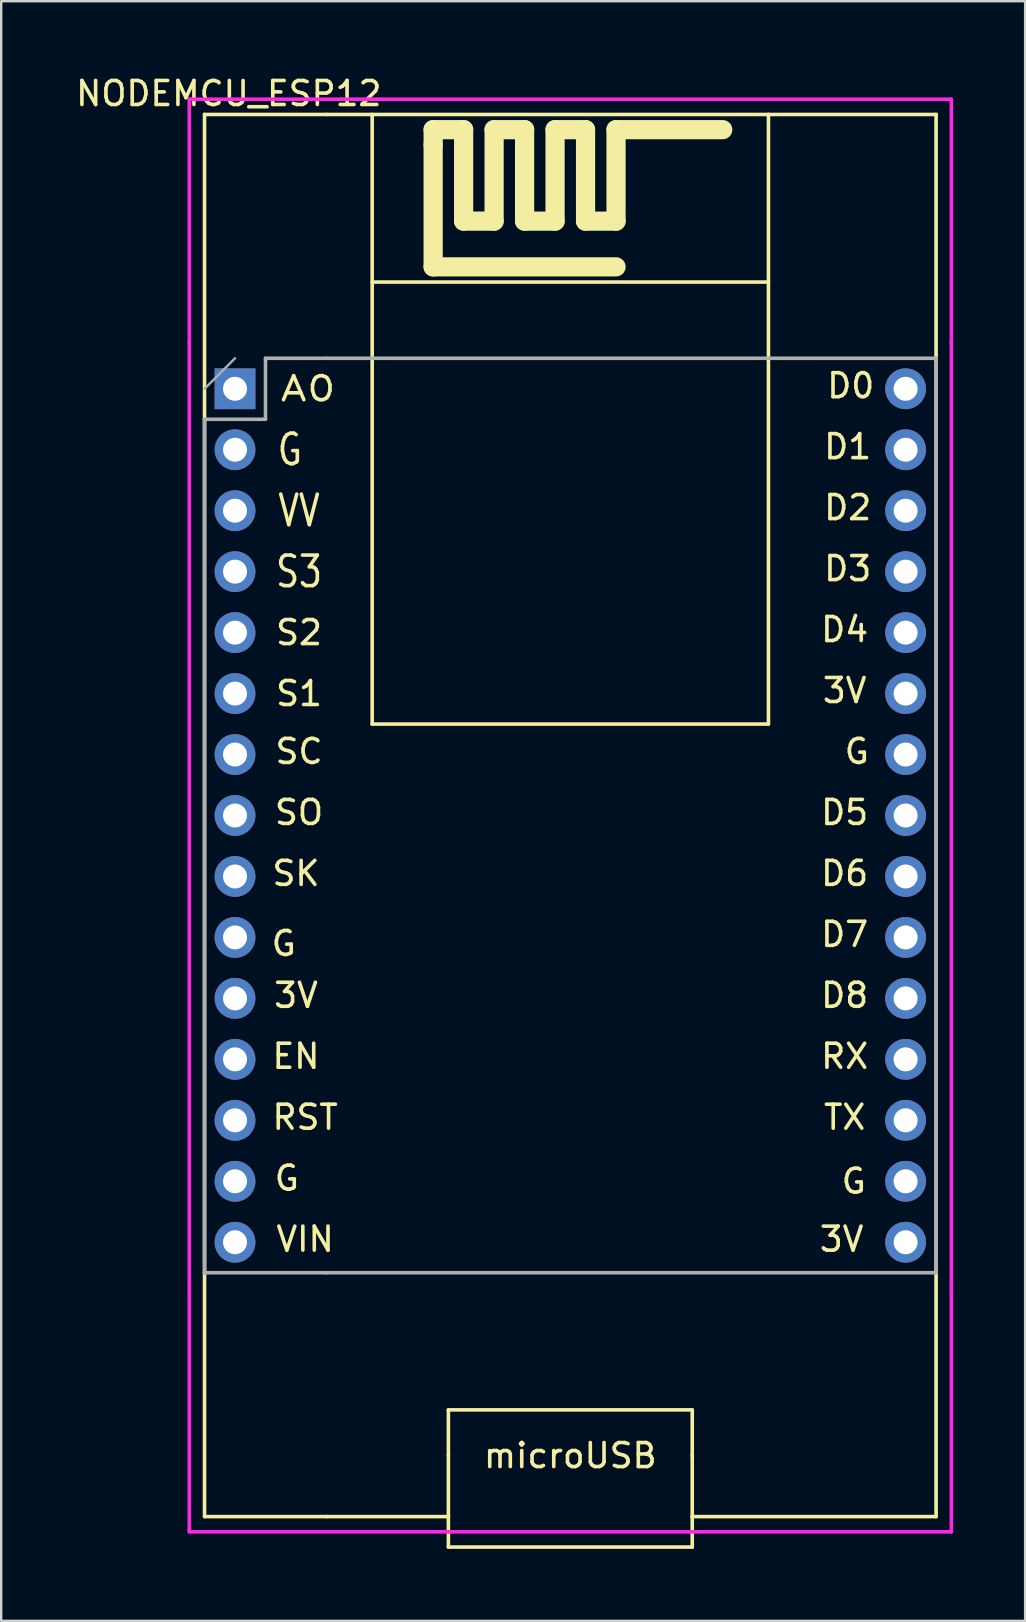
<source format=kicad_pcb>
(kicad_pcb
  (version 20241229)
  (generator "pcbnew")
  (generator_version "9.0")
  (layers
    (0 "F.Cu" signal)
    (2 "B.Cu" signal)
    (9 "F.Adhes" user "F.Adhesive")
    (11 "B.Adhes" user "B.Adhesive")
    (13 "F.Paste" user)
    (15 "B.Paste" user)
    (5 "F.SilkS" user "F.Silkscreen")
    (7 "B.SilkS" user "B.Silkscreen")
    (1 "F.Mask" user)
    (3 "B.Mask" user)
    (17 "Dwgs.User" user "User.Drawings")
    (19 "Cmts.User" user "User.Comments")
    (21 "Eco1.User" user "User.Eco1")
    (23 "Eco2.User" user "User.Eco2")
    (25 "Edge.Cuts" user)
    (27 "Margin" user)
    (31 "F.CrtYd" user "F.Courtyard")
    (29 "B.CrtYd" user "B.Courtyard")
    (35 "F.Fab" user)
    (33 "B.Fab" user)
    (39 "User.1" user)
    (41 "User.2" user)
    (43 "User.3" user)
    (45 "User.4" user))
  (footprint "NODEMCU_ESP12"
    (layer "F.Cu")
    (at 21.347 30.928)
    (property "Reference" "NODEMCU_ESP12" (at -14.865 -30.08 0) (layer "F.SilkS") (effects (font (size 1 1) (thickness 0.15))))
    (attr through_hole)
    (fp_line (start -15.875 -29.21) (end -10.795 -29.21) (stroke (width 0.15) (type solid)) (layer "F.SilkS"))
    (fp_line (start -15.875 -16.51) (end -15.875 -29.21) (stroke (width 0.15) (type solid)) (layer "F.SilkS"))
    (fp_line (start -15.875 -16.51) (end -15.875 19.05) (stroke (width 0.15) (type solid)) (layer "F.SilkS"))
    (fp_line (start -15.875 29.21) (end -15.875 19.05) (stroke (width 0.15) (type solid)) (layer "F.SilkS"))
    (fp_line (start -10.795 29.21) (end -15.875 29.21) (stroke (width 0.15) (type solid)) (layer "F.SilkS"))
    (fp_line (start -10.795 29.21) (end -5.715 29.21) (stroke (width 0.15) (type solid)) (layer "F.SilkS"))
    (fp_line (start -8.89 -29.21) (end -8.89 -3.81) (stroke (width 0.15) (type solid)) (layer "F.SilkS"))
    (fp_line (start -8.89 -22.225) (end 7.62 -22.225) (stroke (width 0.15) (type solid)) (layer "F.SilkS"))
    (fp_line (start -8.89 -3.81) (end 7.62 -3.81) (stroke (width 0.15) (type solid)) (layer "F.SilkS"))
    (fp_line (start -6.35 -28.575) (end -5.08 -28.575) (stroke (width 0.8) (type solid)) (layer "F.SilkS"))
    (fp_line (start -6.35 -27.94) (end -6.35 -28.575) (stroke (width 0.15) (type solid)) (layer "F.SilkS"))
    (fp_line (start -6.35 -27.94) (end -6.35 -28.575) (stroke (width 0.8) (type solid)) (layer "F.SilkS"))
    (fp_line (start -6.35 -22.86) (end -6.35 -27.94) (stroke (width 0.8) (type solid)) (layer "F.SilkS"))
    (fp_line (start -6.35 -22.86) (end 1.27 -22.86) (stroke (width 0.8) (type solid)) (layer "F.SilkS"))
    (fp_line (start -5.715 24.765) (end -5.715 26.67) (stroke (width 0.15) (type solid)) (layer "F.SilkS"))
    (fp_line (start -5.715 29.21) (end -5.715 26.67) (stroke (width 0.15) (type solid)) (layer "F.SilkS"))
    (fp_line (start -5.715 29.21) (end -5.715 30.48) (stroke (width 0.15) (type solid)) (layer "F.SilkS"))
    (fp_line (start -5.715 30.48) (end 4.445 30.48) (stroke (width 0.15) (type solid)) (layer "F.SilkS"))
    (fp_line (start -5.08 -28.575) (end -5.08 -24.765) (stroke (width 0.8) (type solid)) (layer "F.SilkS"))
    (fp_line (start -5.08 -24.765) (end -3.81 -24.765) (stroke (width 0.8) (type solid)) (layer "F.SilkS"))
    (fp_line (start -3.81 -28.575) (end -2.54 -28.575) (stroke (width 0.8) (type solid)) (layer "F.SilkS"))
    (fp_line (start -3.81 -24.765) (end -3.81 -28.575) (stroke (width 0.8) (type solid)) (layer "F.SilkS"))
    (fp_line (start -2.54 -28.575) (end -2.54 -24.765) (stroke (width 0.8) (type solid)) (layer "F.SilkS"))
    (fp_line (start -2.54 -24.765) (end -1.27 -24.765) (stroke (width 0.8) (type solid)) (layer "F.SilkS"))
    (fp_line (start -1.27 -28.575) (end 0 -28.575) (stroke (width 0.8) (type solid)) (layer "F.SilkS"))
    (fp_line (start -1.27 -24.765) (end -1.27 -28.575) (stroke (width 0.8) (type solid)) (layer "F.SilkS"))
    (fp_line (start 0 -28.575) (end 0 -24.765) (stroke (width 0.8) (type solid)) (layer "F.SilkS"))
    (fp_line (start 0 -24.765) (end 1.27 -24.765) (stroke (width 0.8) (type solid)) (layer "F.SilkS"))
    (fp_line (start 1.27 -28.575) (end 5.715 -28.575) (stroke (width 0.8) (type solid)) (layer "F.SilkS"))
    (fp_line (start 1.27 -24.765) (end 1.27 -28.575) (stroke (width 0.8) (type solid)) (layer "F.SilkS"))
    (fp_line (start 4.445 24.765) (end -5.715 24.765) (stroke (width 0.15) (type solid)) (layer "F.SilkS"))
    (fp_line (start 4.445 24.765) (end 4.445 26.67) (stroke (width 0.15) (type solid)) (layer "F.SilkS"))
    (fp_line (start 4.445 29.21) (end 4.445 26.67) (stroke (width 0.15) (type solid)) (layer "F.SilkS"))
    (fp_line (start 4.445 29.21) (end 4.445 30.48) (stroke (width 0.15) (type solid)) (layer "F.SilkS"))
    (fp_line (start 4.445 29.21) (end 14.605 29.21) (stroke (width 0.15) (type solid)) (layer "F.SilkS"))
    (fp_line (start 7.62 -3.81) (end 7.62 -29.21) (stroke (width 0.15) (type solid)) (layer "F.SilkS"))
    (fp_line (start 14.605 -29.21) (end -10.795 -29.21) (stroke (width 0.15) (type solid)) (layer "F.SilkS"))
    (fp_line (start 14.605 -19.05) (end 14.605 -29.21) (stroke (width 0.15) (type solid)) (layer "F.SilkS"))
    (fp_line (start 14.605 19.05) (end 14.605 -19.05) (stroke (width 0.15) (type solid)) (layer "F.SilkS"))
    (fp_line (start 14.605 19.05) (end 14.605 29.21) (stroke (width 0.15) (type solid)) (layer "F.SilkS"))
    (fp_line (start -16.51 -29.845) (end -10.16 -29.845) (stroke (width 0.15) (type solid)) (layer "F.CrtYd"))
    (fp_line (start -16.51 -19.685) (end -16.51 -29.845) (stroke (width 0.15) (type solid)) (layer "F.CrtYd"))
    (fp_line (start -16.51 19.685) (end -16.51 -19.685) (stroke (width 0.15) (type solid)) (layer "F.CrtYd"))
    (fp_line (start -16.51 19.685) (end -16.51 29.845) (stroke (width 0.15) (type solid)) (layer "F.CrtYd"))
    (fp_line (start -10.16 -29.845) (end 15.24 -29.845) (stroke (width 0.15) (type solid)) (layer "F.CrtYd"))
    (fp_line (start 15.24 -19.685) (end 15.24 -29.845) (stroke (width 0.15) (type solid)) (layer "F.CrtYd"))
    (fp_line (start 15.24 -19.685) (end 15.24 19.685) (stroke (width 0.15) (type solid)) (layer "F.CrtYd"))
    (fp_line (start 15.24 19.685) (end 15.24 29.845) (stroke (width 0.15) (type solid)) (layer "F.CrtYd"))
    (fp_line (start 15.24 29.845) (end -16.51 29.845) (stroke (width 0.15) (type solid)) (layer "F.CrtYd"))
    (fp_line (start -15.875 -17.78) (end -14.605 -19.05) (stroke (width 0.1) (type solid)) (layer "F.Fab"))
    (fp_line (start -15.875 -16.51) (end -13.335 -16.51) (stroke (width 0.15) (type solid)) (layer "F.Fab"))
    (fp_line (start -15.875 19.05) (end -15.875 -16.51) (stroke (width 0.15) (type solid)) (layer "F.Fab"))
    (fp_line (start -13.335 -19.05) (end -10.795 -19.05) (stroke (width 0.15) (type solid)) (layer "F.Fab"))
    (fp_line (start -13.335 -16.51) (end -13.335 -19.05) (stroke (width 0.15) (type solid)) (layer "F.Fab"))
    (fp_line (start -10.795 -19.05) (end 14.605 -19.05) (stroke (width 0.15) (type solid)) (layer "F.Fab"))
    (fp_line (start -10.795 19.05) (end -15.875 19.05) (stroke (width 0.15) (type solid)) (layer "F.Fab"))
    (fp_line (start 14.605 -19.05) (end 14.605 19.05) (stroke (width 0.15) (type solid)) (layer "F.Fab"))
    (fp_line (start 14.605 19.05) (end -10.795 19.05) (stroke (width 0.15) (type solid)) (layer "F.Fab"))
    (fp_text user "G" (at -12.319 -15.24 0) (layer "F.SilkS") (effects (font (size 1.27 1) (thickness 0.15))))
    (fp_text user "RX" (at 10.795 10.033 0) (layer "F.SilkS") (effects (font (size 1 1) (thickness 0.15))))
    (fp_text user "TX" (at 10.795 12.573 0) (layer "F.SilkS") (effects (font (size 1 1) (thickness 0.15))))
    (fp_text user "SO" (at -11.938 -0.127 0) (layer "F.SilkS") (effects (font (size 1 1) (thickness 0.15))))
    (fp_text user "D1" (at 10.922 -15.367 0) (layer "F.SilkS") (effects (font (size 1 1) (thickness 0.15))))
    (fp_text user "G" (at -12.446 15.113 0) (layer "F.SilkS") (effects (font (size 1 1) (thickness 0.15))))
    (fp_text user "D2" (at 10.922 -12.827 0) (layer "F.SilkS") (effects (font (size 1 1) (thickness 0.15))))
    (fp_text user "D0" (at 11.049 -17.907 0) (layer "F.SilkS") (effects (font (size 1 1) (thickness 0.15))))
    (fp_text user "microUSB" (at -0.635 26.67 0) (layer "F.SilkS") (effects (font (size 1 1) (thickness 0.15))))
    (fp_text user "EN" (at -12.065 10.033 0) (layer "F.SilkS") (effects (font (size 1 1) (thickness 0.15))))
    (fp_text user "SC" (at -11.938 -2.667 0) (layer "F.SilkS") (effects (font (size 1 1) (thickness 0.15))))
    (fp_text user "S2" (at -11.938 -7.62 0) (layer "F.SilkS") (effects (font (size 1 1) (thickness 0.15))))
    (fp_text user "SK" (at -12.065 2.413 0) (layer "F.SilkS") (effects (font (size 1 1) (thickness 0.15))))
    (fp_text user "G" (at -12.573 5.334 0) (layer "F.SilkS") (effects (font (size 1 1) (thickness 0.15))))
    (fp_text user "VV" (at -11.938 -12.7 0) (layer "F.SilkS") (effects (font (size 1.27 1) (thickness 0.15))))
    (fp_text user "D5" (at 10.795 -0.127 0) (layer "F.SilkS") (effects (font (size 1 1) (thickness 0.15))))
    (fp_text user "D6" (at 10.795 2.413 0) (layer "F.SilkS") (effects (font (size 1 1) (thickness 0.15))))
    (fp_text user "D8" (at 10.795 7.493 0) (layer "F.SilkS") (effects (font (size 1 1) (thickness 0.15))))
    (fp_text user "S1" (at -11.938 -5.08 0) (layer "F.SilkS") (effects (font (size 1 1) (thickness 0.15))))
    (fp_text user "S3" (at -11.938 -10.16 0) (layer "F.SilkS") (effects (font (size 1.27 1) (thickness 0.15))))
    (fp_text user "VIN" (at -11.684 17.653 0) (layer "F.SilkS") (effects (font (size 1 1) (thickness 0.15))))
    (fp_text user "D3" (at 10.922 -10.287 0) (layer "F.SilkS") (effects (font (size 1 1) (thickness 0.15))))
    (fp_text user "RST" (at -11.684 12.573 0) (layer "F.SilkS") (effects (font (size 1 1) (thickness 0.15))))
    (fp_text user "3V" (at 10.795 -5.207 0) (layer "F.SilkS") (effects (font (size 1 1) (thickness 0.15))))
    (fp_text user "G" (at 11.303 -2.667 0) (layer "F.SilkS") (effects (font (size 1 1) (thickness 0.15))))
    (fp_text user "G" (at 11.176 15.24 0) (layer "F.SilkS") (effects (font (size 1 1) (thickness 0.15))))
    (fp_text user "3V" (at -12.065 7.493 0) (layer "F.SilkS") (effects (font (size 1 1) (thickness 0.15))))
    (fp_text user "3V" (at 10.668 17.653 0) (layer "F.SilkS") (effects (font (size 1 1) (thickness 0.15))))
    (fp_text user "D7" (at 10.795 4.953 0) (layer "F.SilkS") (effects (font (size 1 1) (thickness 0.15))))
    (fp_text user "A0" (at -11.557 -17.78 0) (layer "F.SilkS") (effects (font (size 1 1.27) (thickness 0.15))))
    (fp_text user "D4" (at 10.795 -7.747 0) (layer "F.SilkS") (effects (font (size 1 1) (thickness 0.15))))
    (pad "1" thru_hole rect (at -14.605 -17.78) (size 1.7 1.7) (drill 1) (layers "*.Cu" "*.Mask"))
    (pad "2" thru_hole oval (at -14.605 -15.24) (size 1.7 1.7) (drill 1) (layers "*.Cu" "*.Mask"))
    (pad "3" thru_hole oval (at -14.605 -12.7) (size 1.7 1.7) (drill 1) (layers "*.Cu" "*.Mask"))
    (pad "4" thru_hole oval (at -14.605 -10.16) (size 1.7 1.7) (drill 1) (layers "*.Cu" "*.Mask"))
    (pad "5" thru_hole oval (at -14.605 -7.62) (size 1.7 1.7) (drill 1) (layers "*.Cu" "*.Mask"))
    (pad "6" thru_hole oval (at -14.605 -5.08) (size 1.7 1.7) (drill 1) (layers "*.Cu" "*.Mask"))
    (pad "7" thru_hole oval (at -14.605 -2.54) (size 1.7 1.7) (drill 1) (layers "*.Cu" "*.Mask"))
    (pad "8" thru_hole oval (at -14.605 0) (size 1.7 1.7) (drill 1) (layers "*.Cu" "*.Mask"))
    (pad "9" thru_hole oval (at -14.605 2.54) (size 1.7 1.7) (drill 1) (layers "*.Cu" "*.Mask"))
    (pad "10" thru_hole oval (at -14.605 5.08) (size 1.7 1.7) (drill 1) (layers "*.Cu" "*.Mask"))
    (pad "11" thru_hole oval (at -14.605 7.62) (size 1.7 1.7) (drill 1) (layers "*.Cu" "*.Mask"))
    (pad "12" thru_hole oval (at -14.605 10.16) (size 1.7 1.7) (drill 1) (layers "*.Cu" "*.Mask"))
    (pad "13" thru_hole oval (at -14.605 12.7) (size 1.7 1.7) (drill 1) (layers "*.Cu" "*.Mask"))
    (pad "14" thru_hole oval (at -14.605 15.24) (size 1.7 1.7) (drill 1) (layers "*.Cu" "*.Mask"))
    (pad "15" thru_hole oval (at -14.605 17.78) (size 1.7 1.7) (drill 1) (layers "*.Cu" "*.Mask"))
    (pad "16" thru_hole oval (at 13.335 17.78) (size 1.7 1.7) (drill 1) (layers "*.Cu" "*.Mask"))
    (pad "17" thru_hole oval (at 13.335 15.24) (size 1.7 1.7) (drill 1) (layers "*.Cu" "*.Mask"))
    (pad "18" thru_hole oval (at 13.335 12.7) (size 1.7 1.7) (drill 1) (layers "*.Cu" "*.Mask"))
    (pad "19" thru_hole oval (at 13.335 10.16) (size 1.7 1.7) (drill 1) (layers "*.Cu" "*.Mask"))
    (pad "20" thru_hole oval (at 13.335 7.62) (size 1.7 1.7) (drill 1) (layers "*.Cu" "*.Mask"))
    (pad "21" thru_hole oval (at 13.335 5.08) (size 1.7 1.7) (drill 1) (layers "*.Cu" "*.Mask"))
    (pad "22" thru_hole oval (at 13.335 2.54) (size 1.7 1.7) (drill 1) (layers "*.Cu" "*.Mask"))
    (pad "23" thru_hole oval (at 13.335 0) (size 1.7 1.7) (drill 1) (layers "*.Cu" "*.Mask"))
    (pad "24" thru_hole oval (at 13.335 -2.54) (size 1.7 1.7) (drill 1) (layers "*.Cu" "*.Mask"))
    (pad "25" thru_hole oval (at 13.335 -5.08) (size 1.7 1.7) (drill 1) (layers "*.Cu" "*.Mask"))
    (pad "26" thru_hole oval (at 13.335 -7.62) (size 1.7 1.7) (drill 1) (layers "*.Cu" "*.Mask"))
    (pad "27" thru_hole oval (at 13.335 -10.16) (size 1.7 1.7) (drill 1) (layers "*.Cu" "*.Mask"))
    (pad "28" thru_hole oval (at 13.335 -12.7) (size 1.7 1.7) (drill 1) (layers "*.Cu" "*.Mask"))
    (pad "29" thru_hole oval (at 13.335 -15.24) (size 1.7 1.7) (drill 1) (layers "*.Cu" "*.Mask"))
    (pad "30" thru_hole oval (at 13.335 -17.78) (size 1.7 1.7) (drill 1) (layers "*.Cu" "*.Mask")))
  (gr_rect
    (start -3 -3)
    (end 39.662 64.483)
    (stroke (width 0.1) (type default))
    (fill no)
    (layer "Edge.Cuts")))
</source>
